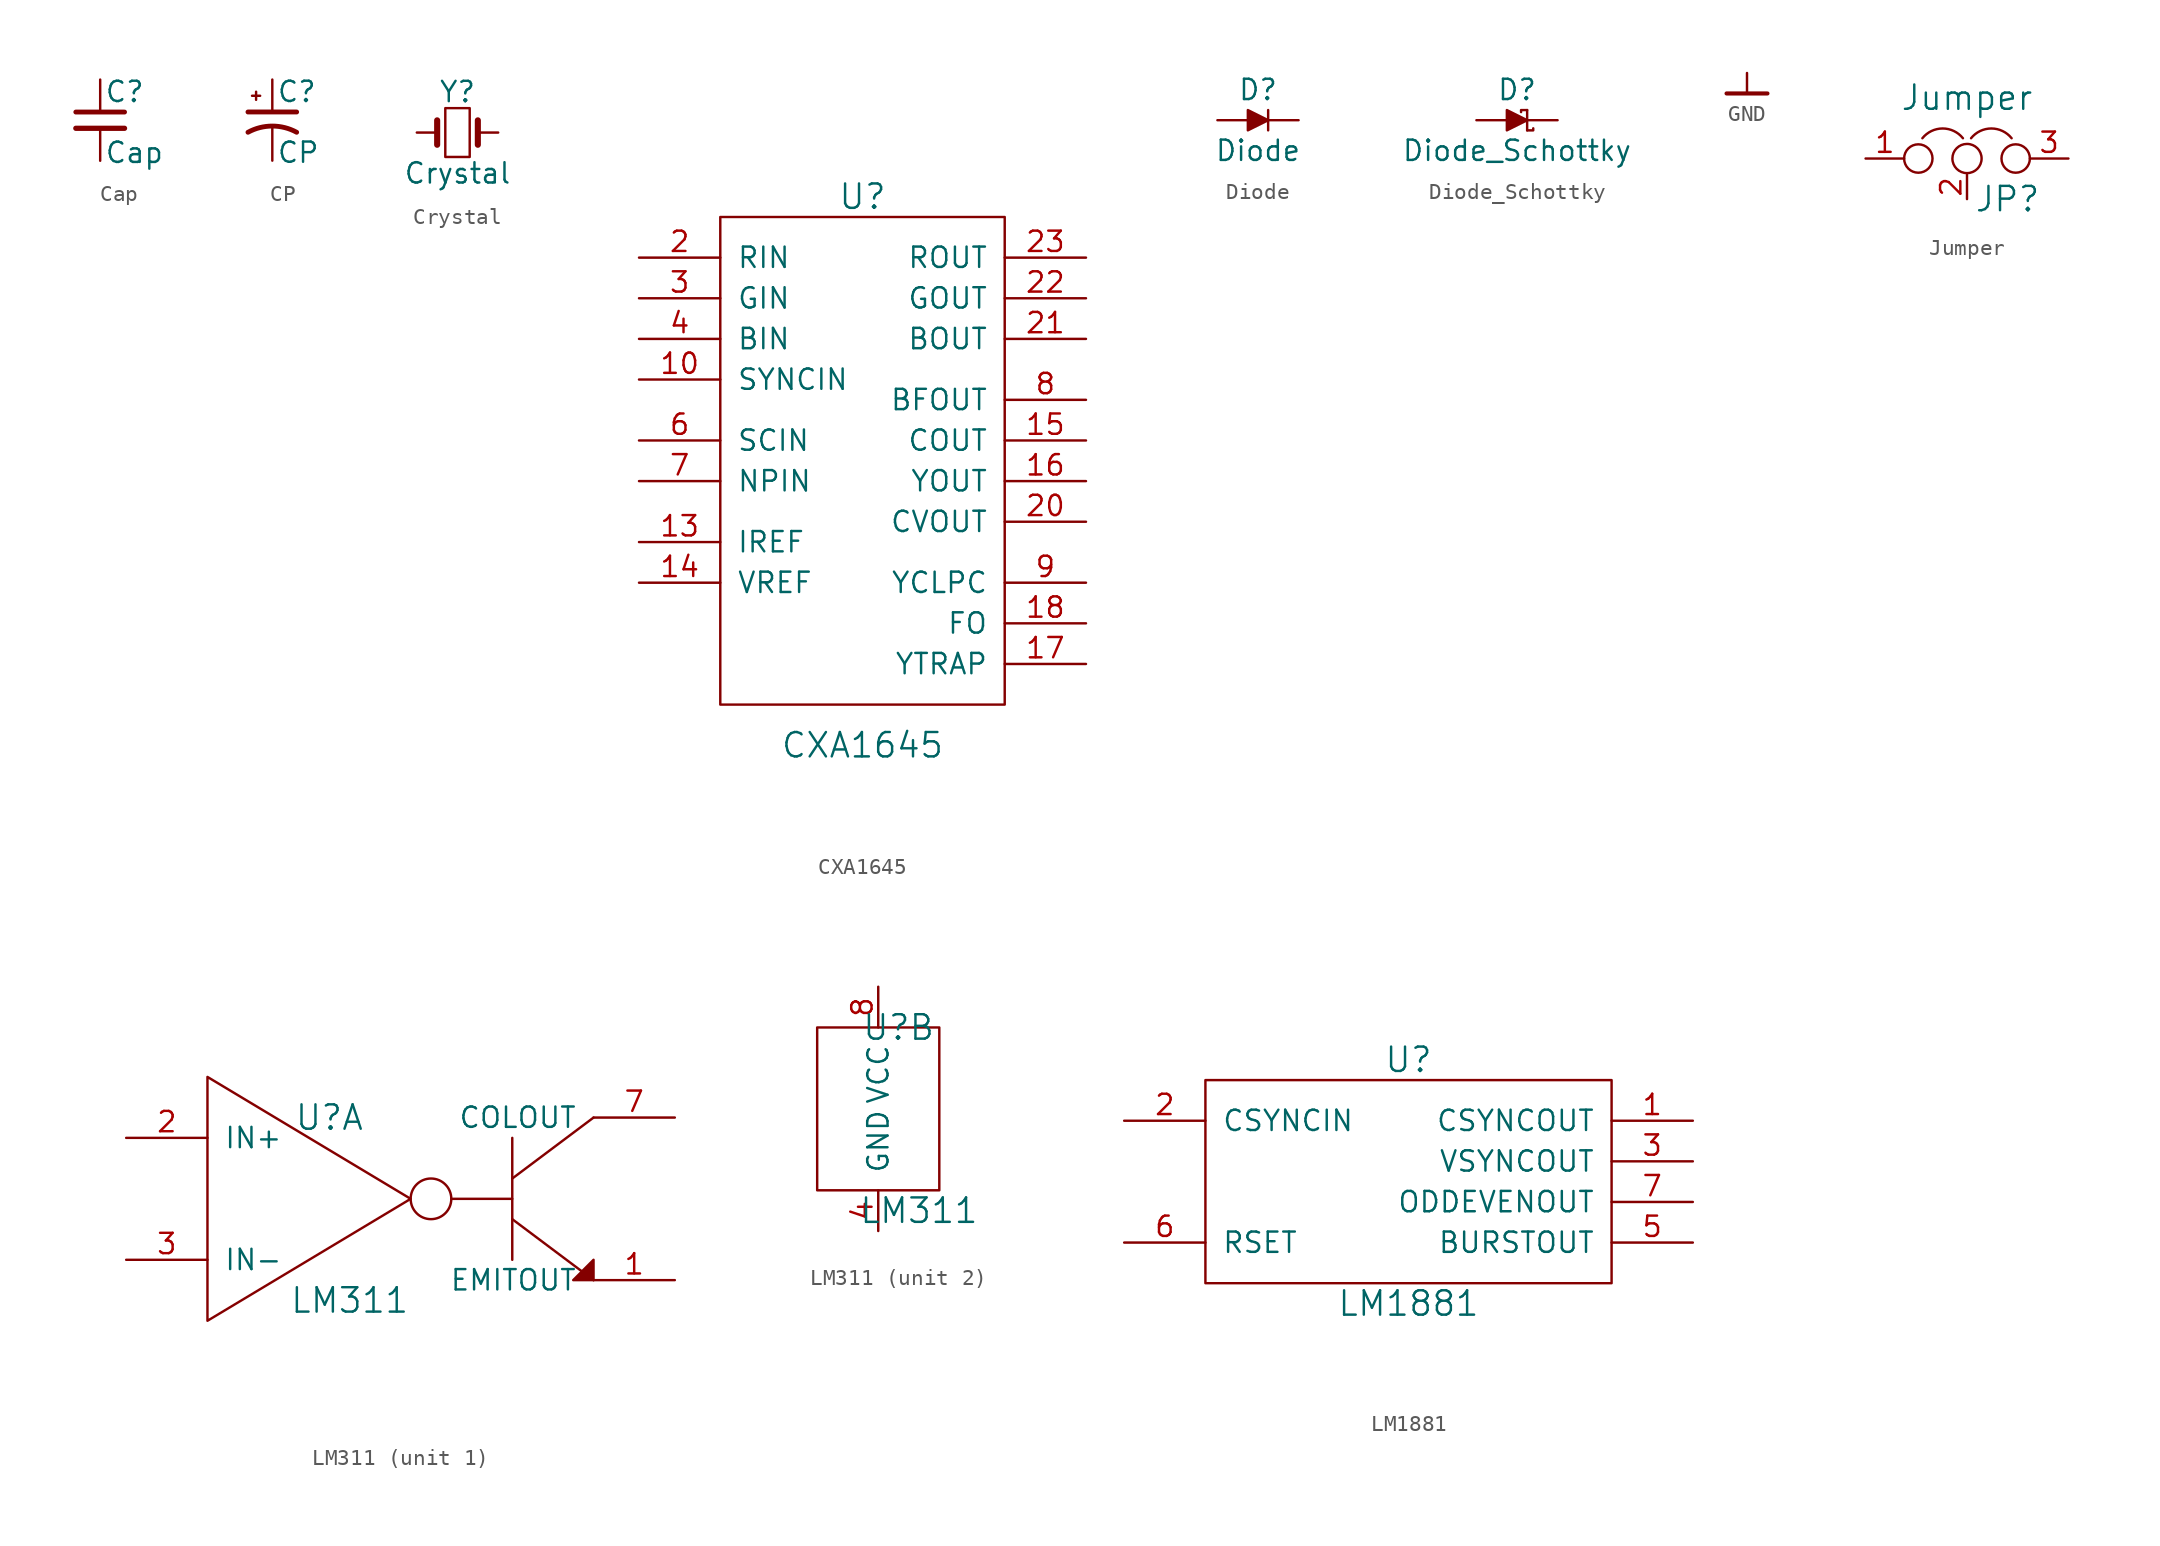
<source format=kicad_sym>
(kicad_symbol_lib
  (version 20211014)
  (generator kicad_symbol_editor)
  (symbol "Cap"
    (pin_numbers hide)
    (pin_names
      (offset 0.254) hide)
    (property "Reference" "C"
      (at 0.254 1.778 0)
      (effects (font (size 1.27 1.27)) (justify left)))
    (property "Value" "Cap"
      (at 0.254 -2.032 0)
      (effects (font (size 1.27 1.27)) (justify left)))
    (symbol "Cap_0_1"
      (polyline (pts (xy -1.524 -0.508) (xy 1.524 -0.508)) (stroke (width 0.33) (type default) (color 0 0 0 0)) (fill (type none)))
      (polyline (pts (xy -1.524 0.508) (xy 1.524 0.508)) (stroke (width 0.305) (type default) (color 0 0 0 0)) (fill (type none))))
    (symbol "Cap_1_1"
      (pin passive line (at 0 2.54 270) (length 2.032) (name "~" (effects (font (size 1.27 1.27)))) (number "1" (effects (font (size 1.27 1.27)))))
      (pin passive line (at 0 -2.54 90) (length 2.032) (name "~" (effects (font (size 1.27 1.27)))) (number "2" (effects (font (size 1.27 1.27)))))))
  (symbol "CP"
    (pin_numbers hide)
    (pin_names
      (offset 0.254) hide)
    (property "Reference" "C"
      (at 0.254 1.778 0)
      (effects (font (size 1.27 1.27)) (justify left)))
    (property "Value" "CP"
      (at 0.254 -2.032 0)
      (effects (font (size 1.27 1.27)) (justify left)))
    (symbol "CP_0_1"
      (polyline (pts (xy -1.524 0.508) (xy 1.524 0.508)) (stroke (width 0.305) (type default) (color 0 0 0 0)) (fill (type none)))
      (polyline (pts (xy -1.27 1.524) (xy -0.762 1.524)) (stroke (width 0) (type default) (color 0 0 0 0)) (fill (type none)))
      (polyline (pts (xy -1.016 1.27) (xy -1.016 1.778)) (stroke (width 0) (type default) (color 0 0 0 0)) (fill (type none)))
      (arc (start 1.524 -0.762) (mid 0 -0.3734) (end -1.524 -0.762) (stroke (width 0.3048) (type default) (color 0 0 0 0)) (fill (type none))))
    (symbol "CP_1_1"
      (pin passive line (at 0 2.54 270) (length 2.032) (name "~" (effects (font (size 1.27 1.27)))) (number "1" (effects (font (size 1.27 1.27)))))
      (pin passive line (at 0 -2.54 90) (length 2.032) (name "~" (effects (font (size 1.27 1.27)))) (number "2" (effects (font (size 1.27 1.27)))))))
  (symbol "Crystal"
    (pin_numbers hide)
    (pin_names
      (offset 1.016) hide)
    (property "Reference" "Y"
      (at 0 2.54 0)
      (effects (font (size 1.27 1.27))))
    (property "Value" "Crystal"
      (at 0 -2.54 0)
      (effects (font (size 1.27 1.27))))
    (symbol "Crystal_0_1"
      (rectangle (start -0.762 -1.524) (end 0.762 1.524) (stroke (width 0) (type default) (color 0 0 0 0)) (fill (type none)))
      (polyline (pts (xy -1.27 -0.762) (xy -1.27 0.762)) (stroke (width 0.381) (type default) (color 0 0 0 0)) (fill (type none)))
      (polyline (pts (xy 1.27 -0.762) (xy 1.27 0.762)) (stroke (width 0.381) (type default) (color 0 0 0 0)) (fill (type none))))
    (symbol "Crystal_1_1"
      (pin passive line (at -2.54 0 0) (length 1.27) (name "1" (effects (font (size 1.27 1.27)))) (number "1" (effects (font (size 1.27 1.27)))))
      (pin passive line (at 2.54 0 180) (length 1.27) (name "2" (effects (font (size 1.27 1.27)))) (number "2" (effects (font (size 1.27 1.27)))))))
  (symbol "CXA1645"
    (pin_names
      (offset 1.016))
    (property "Reference" "U"
      (at 0 15.24 0)
      (effects (font (size 1.524 1.524))))
    (property "Value" "CXA1645"
      (at 0 -19.05 0)
      (effects (font (size 1.524 1.524))))
    (symbol "CXA1645_0_1"
      (rectangle (start -8.89 13.97) (end 8.89 -16.51) (stroke (width 0) (type default) (color 0 0 0 0)) (fill (type none))))
    (symbol "CXA1645_1_1"
      (pin power_in line (at -6.35 19.05 270) (length 5.08) hide (name "GND" (effects (font (size 1.27 1.27)))) (number "1" (effects (font (size 1.27 1.27)))))
      (pin input line (at -13.97 3.81 0) (length 5.08) (name "SYNCIN" (effects (font (size 1.27 1.27)))) (number "10" (effects (font (size 1.27 1.27)))))
      (pin no_connect line (at 2.54 -21.59 90) (length 5.08) hide (name "NC" (effects (font (size 1.27 1.27)))) (number "11" (effects (font (size 1.27 1.27)))))
      (pin power_in line (at 3.81 19.05 270) (length 5.08) hide (name "VCC" (effects (font (size 1.27 1.27)))) (number "12" (effects (font (size 1.27 1.27)))))
      (pin input line (at -13.97 -6.35 0) (length 5.08) (name "IREF" (effects (font (size 1.27 1.27)))) (number "13" (effects (font (size 1.27 1.27)))))
      (pin input line (at -13.97 -8.89 0) (length 5.08) (name "VREF" (effects (font (size 1.27 1.27)))) (number "14" (effects (font (size 1.27 1.27)))))
      (pin output line (at 13.97 0 180) (length 5.08) (name "COUT" (effects (font (size 1.27 1.27)))) (number "15" (effects (font (size 1.27 1.27)))))
      (pin output line (at 13.97 -2.54 180) (length 5.08) (name "YOUT" (effects (font (size 1.27 1.27)))) (number "16" (effects (font (size 1.27 1.27)))))
      (pin input line (at 13.97 -13.97 180) (length 5.08) (name "YTRAP" (effects (font (size 1.27 1.27)))) (number "17" (effects (font (size 1.27 1.27)))))
      (pin input line (at 13.97 -11.43 180) (length 5.08) (name "FO" (effects (font (size 1.27 1.27)))) (number "18" (effects (font (size 1.27 1.27)))))
      (pin power_in line (at 6.35 19.05 270) (length 5.08) hide (name "VCC" (effects (font (size 1.27 1.27)))) (number "19" (effects (font (size 1.27 1.27)))))
      (pin input line (at -13.97 11.43 0) (length 5.08) (name "RIN" (effects (font (size 1.27 1.27)))) (number "2" (effects (font (size 1.27 1.27)))))
      (pin output line (at 13.97 -5.08 180) (length 5.08) (name "CVOUT" (effects (font (size 1.27 1.27)))) (number "20" (effects (font (size 1.27 1.27)))))
      (pin output line (at 13.97 6.35 180) (length 5.08) (name "BOUT" (effects (font (size 1.27 1.27)))) (number "21" (effects (font (size 1.27 1.27)))))
      (pin output line (at 13.97 8.89 180) (length 5.08) (name "GOUT" (effects (font (size 1.27 1.27)))) (number "22" (effects (font (size 1.27 1.27)))))
      (pin output line (at 13.97 11.43 180) (length 5.08) (name "ROUT" (effects (font (size 1.27 1.27)))) (number "23" (effects (font (size 1.27 1.27)))))
      (pin power_in line (at -3.81 19.05 270) (length 5.08) hide (name "GND" (effects (font (size 1.27 1.27)))) (number "24" (effects (font (size 1.27 1.27)))))
      (pin input line (at -13.97 8.89 0) (length 5.08) (name "GIN" (effects (font (size 1.27 1.27)))) (number "3" (effects (font (size 1.27 1.27)))))
      (pin input line (at -13.97 6.35 0) (length 5.08) (name "BIN" (effects (font (size 1.27 1.27)))) (number "4" (effects (font (size 1.27 1.27)))))
      (pin no_connect line (at -2.54 -21.59 90) (length 5.08) hide (name "NC" (effects (font (size 1.27 1.27)))) (number "5" (effects (font (size 1.27 1.27)))))
      (pin input line (at -13.97 0 0) (length 5.08) (name "SCIN" (effects (font (size 1.27 1.27)))) (number "6" (effects (font (size 1.27 1.27)))))
      (pin input line (at -13.97 -2.54 0) (length 5.08) (name "NPIN" (effects (font (size 1.27 1.27)))) (number "7" (effects (font (size 1.27 1.27)))))
      (pin output line (at 13.97 2.54 180) (length 5.08) (name "BFOUT" (effects (font (size 1.27 1.27)))) (number "8" (effects (font (size 1.27 1.27)))))
      (pin input line (at 13.97 -8.89 180) (length 5.08) (name "YCLPC" (effects (font (size 1.27 1.27)))) (number "9" (effects (font (size 1.27 1.27)))))))
  (symbol "Diode"
    (pin_numbers hide)
    (pin_names
      (offset 1.016))
    (property "Reference" "D"
      (at 0 1.905 0)
      (effects (font (size 1.27 1.27))))
    (property "Value" "Diode"
      (at 0 -1.905 0)
      (effects (font (size 1.27 1.27))))
    (symbol "Diode_0_1"
      (polyline (pts (xy 0.635 0.635) (xy 0.635 -0.635)) (stroke (width 0) (type default) (color 0 0 0 0)) (fill (type none)))
      (polyline (pts (xy -0.635 0.635) (xy -0.635 -0.635) (xy 0.635 0) (xy -0.635 0.635)) (stroke (width 0) (type default) (color 0 0 0 0)) (fill (type outline))))
    (symbol "Diode_1_1"
      (pin passive line (at -2.54 0 0) (length 1.905) (name "~" (effects (font (size 1.27 1.27)))) (number "1" (effects (font (size 1.27 1.27)))))
      (pin passive line (at 2.54 0 180) (length 1.905) (name "~" (effects (font (size 1.27 1.27)))) (number "2" (effects (font (size 1.27 1.27)))))))
  (symbol "Diode_Schottky"
    (pin_numbers hide)
    (pin_names
      (offset 1.016))
    (property "Reference" "D"
      (at 0 1.905 0)
      (effects (font (size 1.27 1.27))))
    (property "Value" "Diode_Schottky"
      (at 0 -1.905 0)
      (effects (font (size 1.27 1.27))))
    (symbol "Diode_Schottky_0_1"
      (polyline (pts (xy 0.635 0.635) (xy 0.635 -0.635)) (stroke (width 0) (type default) (color 0 0 0 0)) (fill (type none)))
      (polyline (pts (xy 0.635 -0.635) (xy 1.016 -0.635) (xy 1.016 -0.508)) (stroke (width 0) (type default) (color 0 0 0 0)) (fill (type none)))
      (polyline (pts (xy 0.635 0.635) (xy 0.254 0.635) (xy 0.254 0.508)) (stroke (width 0) (type default) (color 0 0 0 0)) (fill (type none)))
      (polyline (pts (xy -0.635 0.635) (xy -0.635 -0.635) (xy 0.635 0) (xy -0.635 0.635)) (stroke (width 0) (type default) (color 0 0 0 0)) (fill (type outline))))
    (symbol "Diode_Schottky_1_1"
      (pin passive line (at -2.54 0 0) (length 1.905) (name "~" (effects (font (size 1.27 1.27)))) (number "1" (effects (font (size 1.27 1.27)))))
      (pin passive line (at 2.54 0 180) (length 1.905) (name "~" (effects (font (size 1.27 1.27)))) (number "2" (effects (font (size 1.27 1.27)))))))
  (symbol "GND"
    (power)
    (pin_numbers hide)
    (pin_names
      (offset 0) hide)
    (property "Reference" "#PWR"
      (at 0 -2.54 0)
      (effects (font (size 1.524 1.524)) hide))
    (symbol "GND_0_1"
      (polyline (pts (xy -1.27 -1.27) (xy 1.27 -1.27)) (stroke (width 0.254) (type default) (color 0 0 0 0)) (fill (type none))))
    (symbol "GND_1_1"
      (pin power_in line (at 0 0 270) (length 1.27) (name "GND" (effects (font (size 1.27 1.27)))) (number "~" (effects (font (size 1.27 1.27)))))))
  (symbol "Jumper"
    (pin_names
      (offset 1.016) hide)
    (property "Reference" "JP"
      (at 2.54 -2.54 0)
      (effects (font (size 1.524 1.524))))
    (property "Value" "Jumper"
      (at 0 3.81 0)
      (effects (font (size 1.524 1.524))))
    (symbol "Jumper_1_1"
      (circle (center -3.048 0) (radius 0.889) (stroke (width 0) (type default) (color 0 0 0 0)) (fill (type none)))
      (arc (start -0.254 1.27) (mid -1.524 1.8804) (end -2.794 1.27) (stroke (width 0) (type default) (color 0 0 0 0)) (fill (type none)))
      (circle (center 0 0) (radius 0.914) (stroke (width 0) (type default) (color 0 0 0 0)) (fill (type none)))
      (arc (start 2.794 1.27) (mid 1.524 1.8804) (end 0.254 1.27) (stroke (width 0) (type default) (color 0 0 0 0)) (fill (type none)))
      (circle (center 3.048 0) (radius 0.889) (stroke (width 0) (type default) (color 0 0 0 0)) (fill (type none)))
      (pin passive line (at -6.35 0 0) (length 2.413) (name "1" (effects (font (size 1.27 1.27)))) (number "1" (effects (font (size 1.27 1.27)))))
      (pin passive line (at 0 -2.54 90) (length 1.524) (name "2" (effects (font (size 1.27 1.27)))) (number "2" (effects (font (size 1.27 1.27)))))
      (pin passive line (at 6.35 0 180) (length 2.413) (name "3" (effects (font (size 1.27 1.27)))) (number "3" (effects (font (size 1.27 1.27)))))))
  (symbol "LM311"
    (pin_names
      (offset 1.016))
    (property "Reference" "U"
      (at -6.35 5.08 0)
      (effects (font (size 1.524 1.524))))
    (property "Value" "LM311"
      (at -5.08 -6.35 0)
      (effects (font (size 1.524 1.524))))
    (symbol "LM311_1_1"
      (polyline (pts (xy 1.27 0) (xy 5.08 0)) (stroke (width 0) (type default) (color 0 0 0 0)) (fill (type none)))
      (polyline (pts (xy 5.08 -1.27) (xy 10.16 -5.08)) (stroke (width 0) (type default) (color 0 0 0 0)) (fill (type none)))
      (polyline (pts (xy 5.08 1.27) (xy 10.16 5.08)) (stroke (width 0) (type default) (color 0 0 0 0)) (fill (type none)))
      (polyline (pts (xy 5.08 3.81) (xy 5.08 -3.81)) (stroke (width 0) (type default) (color 0 0 0 0)) (fill (type none)))
      (polyline (pts (xy -1.27 0) (xy -13.97 -7.62) (xy -13.97 7.62) (xy -1.27 0)) (stroke (width 0) (type default) (color 0 0 0 0)) (fill (type none)))
      (polyline (pts (xy 10.16 -5.08) (xy 10.16 -3.81) (xy 8.89 -5.08) (xy 10.16 -5.08)) (stroke (width 0) (type default) (color 0 0 0 0)) (fill (type outline)))
      (circle (center 0 0) (radius 1.27) (stroke (width 0) (type default) (color 0 0 0 0)) (fill (type none)))
      (pin passive line (at 15.24 -5.08 180) (length 5.08) (name "EMITOUT" (effects (font (size 1.27 1.27)))) (number "1" (effects (font (size 1.27 1.27)))))
      (pin input line (at -19.05 3.81 0) (length 5.08) (name "IN+" (effects (font (size 1.27 1.27)))) (number "2" (effects (font (size 1.27 1.27)))))
      (pin input line (at -19.05 -3.81 0) (length 5.08) (name "IN-" (effects (font (size 1.27 1.27)))) (number "3" (effects (font (size 1.27 1.27)))))
      (pin no_connect line (at -13.97 -12.7 90) (length 5.08) hide (name "BALANCE" (effects (font (size 1.27 1.27)))) (number "5" (effects (font (size 1.27 1.27)))))
      (pin no_connect line (at -13.97 12.7 270) (length 5.08) hide (name "BALSTRB" (effects (font (size 1.27 1.27)))) (number "6" (effects (font (size 1.27 1.27)))))
      (pin output line (at 15.24 5.08 180) (length 5.08) (name "COLOUT" (effects (font (size 1.27 1.27)))) (number "7" (effects (font (size 1.27 1.27))))))
    (symbol "LM311_2_1"
      (rectangle (start -11.43 -5.08) (end -3.81 5.08) (stroke (width 0) (type default) (color 0 0 0 0)) (fill (type none)))
      (pin power_in line (at -7.62 -7.62 90) (length 2.54) (name "GND" (effects (font (size 1.27 1.27)))) (number "4" (effects (font (size 1.27 1.27)))))
      (pin power_in line (at -7.62 7.62 270) (length 2.54) (name "VCC" (effects (font (size 1.27 1.27)))) (number "8" (effects (font (size 1.27 1.27)))))))
  (symbol "LM1881"
    (pin_names
      (offset 1.016))
    (property "Reference" "U"
      (at 0 7.62 0)
      (effects (font (size 1.524 1.524))))
    (property "Value" "LM1881"
      (at 0 -7.62 0)
      (effects (font (size 1.524 1.524))))
    (symbol "LM1881_0_1"
      (rectangle (start -12.7 6.35) (end 12.7 -6.35) (stroke (width 0) (type default) (color 0 0 0 0)) (fill (type none))))
    (symbol "LM1881_1_1"
      (pin output line (at 17.78 3.81 180) (length 5.08) (name "CSYNCOUT" (effects (font (size 1.27 1.27)))) (number "1" (effects (font (size 1.27 1.27)))))
      (pin input line (at -17.78 3.81 0) (length 5.08) (name "CSYNCIN" (effects (font (size 1.27 1.27)))) (number "2" (effects (font (size 1.27 1.27)))))
      (pin output line (at 17.78 1.27 180) (length 5.08) (name "VSYNCOUT" (effects (font (size 1.27 1.27)))) (number "3" (effects (font (size 1.27 1.27)))))
      (pin power_in line (at 0 -11.43 90) (length 5.08) hide (name "GND" (effects (font (size 1.27 1.27)))) (number "4" (effects (font (size 1.27 1.27)))))
      (pin output line (at 17.78 -3.81 180) (length 5.08) (name "BURSTOUT" (effects (font (size 1.27 1.27)))) (number "5" (effects (font (size 1.27 1.27)))))
      (pin input line (at -17.78 -3.81 0) (length 5.08) (name "RSET" (effects (font (size 1.27 1.27)))) (number "6" (effects (font (size 1.27 1.27)))))
      (pin output line (at 17.78 -1.27 180) (length 5.08) (name "ODDEVENOUT" (effects (font (size 1.27 1.27)))) (number "7" (effects (font (size 1.27 1.27)))))
      (pin power_in line (at 0 11.43 270) (length 5.08) hide (name "VCC" (effects (font (size 1.27 1.27)))) (number "8" (effects (font (size 1.27 1.27))))))))
</source>
